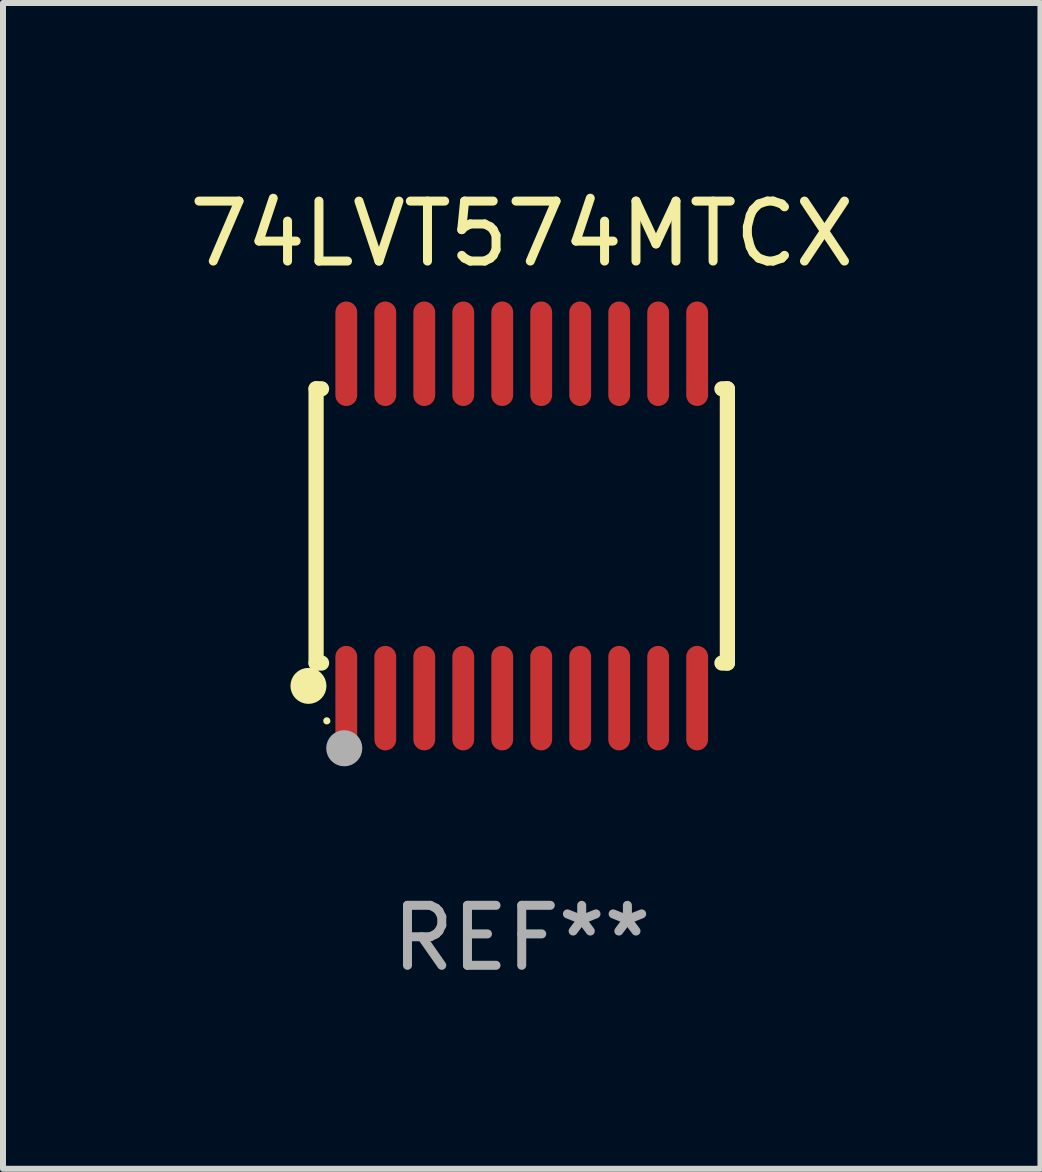
<source format=kicad_pcb>
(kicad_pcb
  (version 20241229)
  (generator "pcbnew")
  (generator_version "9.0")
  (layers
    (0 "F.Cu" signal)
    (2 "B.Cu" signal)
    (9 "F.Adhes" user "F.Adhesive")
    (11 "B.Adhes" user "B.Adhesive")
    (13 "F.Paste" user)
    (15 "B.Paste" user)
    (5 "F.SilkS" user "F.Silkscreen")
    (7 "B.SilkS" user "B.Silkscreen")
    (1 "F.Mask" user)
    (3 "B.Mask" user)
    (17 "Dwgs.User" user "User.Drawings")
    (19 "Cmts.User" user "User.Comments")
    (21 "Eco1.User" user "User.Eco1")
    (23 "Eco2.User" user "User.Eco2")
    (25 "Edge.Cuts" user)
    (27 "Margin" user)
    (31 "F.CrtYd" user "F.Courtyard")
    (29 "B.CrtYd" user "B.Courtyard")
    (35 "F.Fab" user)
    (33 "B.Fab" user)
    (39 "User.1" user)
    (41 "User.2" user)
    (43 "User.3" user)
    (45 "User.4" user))
  (footprint "74LVT574MTCX"
    (layer "F.Cu")
    (at 5.649 5.719)
    (property "Reference" "74LVT574MTCX" (at 0 -4.871 0) (layer "F.SilkS") (effects (font (size 1 1) (thickness 0.15))))
    (attr through_hole)
    (fp_line (start -3.429 -2.286) (end -3.429 2.286) (stroke (width 0.254) (type solid)) (layer "F.SilkS"))
    (fp_line (start -3.429 2.286) (end -3.338 2.286) (stroke (width 0.254) (type solid)) (layer "F.SilkS"))
    (fp_line (start -3.338 -2.286) (end -3.429 -2.286) (stroke (width 0.254) (type solid)) (layer "F.SilkS"))
    (fp_line (start 3.338 -2.286) (end 3.429 -2.286) (stroke (width 0.254) (type solid)) (layer "F.SilkS"))
    (fp_line (start 3.429 -2.286) (end 3.429 2.286) (stroke (width 0.254) (type solid)) (layer "F.SilkS"))
    (fp_line (start 3.429 2.286) (end 3.338 2.286) (stroke (width 0.254) (type solid)) (layer "F.SilkS"))
    (fp_circle (center -3.556 2.667) (end -3.406 2.667) (stroke (width 0.3) (type solid)) (fill no) (layer "F.SilkS"))
    (fp_circle (center -3.25 3.25) (end -3.22 3.25) (stroke (width 0.06) (type solid)) (fill no) (layer "F.SilkS"))
    (fp_circle (center -2.959 3.707) (end -2.808 3.707) (stroke (width 0.3) (type solid)) (fill no) (layer "F.Fab"))
    (fp_text user "REF**" (at 0 6.871 0) (layer "F.Fab") (effects (font (size 1 1) (thickness 0.15))))
    (pad "1" smd oval (at -2.925 2.871) (size 0.364 1.742) (layers "F.Cu" "F.Mask" "F.Paste"))
    (pad "2" smd oval (at -2.275 2.871) (size 0.364 1.742) (layers "F.Cu" "F.Mask" "F.Paste"))
    (pad "3" smd oval (at -1.625 2.871) (size 0.364 1.742) (layers "F.Cu" "F.Mask" "F.Paste"))
    (pad "4" smd oval (at -0.975 2.871) (size 0.364 1.742) (layers "F.Cu" "F.Mask" "F.Paste"))
    (pad "5" smd oval (at -0.325 2.871) (size 0.364 1.742) (layers "F.Cu" "F.Mask" "F.Paste"))
    (pad "6" smd oval (at 0.325 2.871) (size 0.364 1.742) (layers "F.Cu" "F.Mask" "F.Paste"))
    (pad "7" smd oval (at 0.975 2.871) (size 0.364 1.742) (layers "F.Cu" "F.Mask" "F.Paste"))
    (pad "8" smd oval (at 1.625 2.871) (size 0.364 1.742) (layers "F.Cu" "F.Mask" "F.Paste"))
    (pad "9" smd oval (at 2.275 2.871) (size 0.364 1.742) (layers "F.Cu" "F.Mask" "F.Paste"))
    (pad "10" smd oval (at 2.925 2.871) (size 0.364 1.742) (layers "F.Cu" "F.Mask" "F.Paste"))
    (pad "11" smd oval (at 2.925 -2.871) (size 0.364 1.742) (layers "F.Cu" "F.Mask" "F.Paste"))
    (pad "12" smd oval (at 2.275 -2.871) (size 0.364 1.742) (layers "F.Cu" "F.Mask" "F.Paste"))
    (pad "13" smd oval (at 1.625 -2.871) (size 0.364 1.742) (layers "F.Cu" "F.Mask" "F.Paste"))
    (pad "14" smd oval (at 0.975 -2.871) (size 0.364 1.742) (layers "F.Cu" "F.Mask" "F.Paste"))
    (pad "15" smd oval (at 0.325 -2.871) (size 0.364 1.742) (layers "F.Cu" "F.Mask" "F.Paste"))
    (pad "16" smd oval (at -0.325 -2.871) (size 0.364 1.742) (layers "F.Cu" "F.Mask" "F.Paste"))
    (pad "17" smd oval (at -0.975 -2.871) (size 0.364 1.742) (layers "F.Cu" "F.Mask" "F.Paste"))
    (pad "18" smd oval (at -1.625 -2.871) (size 0.364 1.742) (layers "F.Cu" "F.Mask" "F.Paste"))
    (pad "19" smd oval (at -2.275 -2.871) (size 0.364 1.742) (layers "F.Cu" "F.Mask" "F.Paste"))
    (pad "20" smd oval (at -2.925 -2.871) (size 0.364 1.742) (layers "F.Cu" "F.Mask" "F.Paste")))
  (gr_rect
    (start -3 -3)
    (end 14.298 16.438)
    (stroke (width 0.1) (type default))
    (fill no)
    (layer "Edge.Cuts")))
</source>
